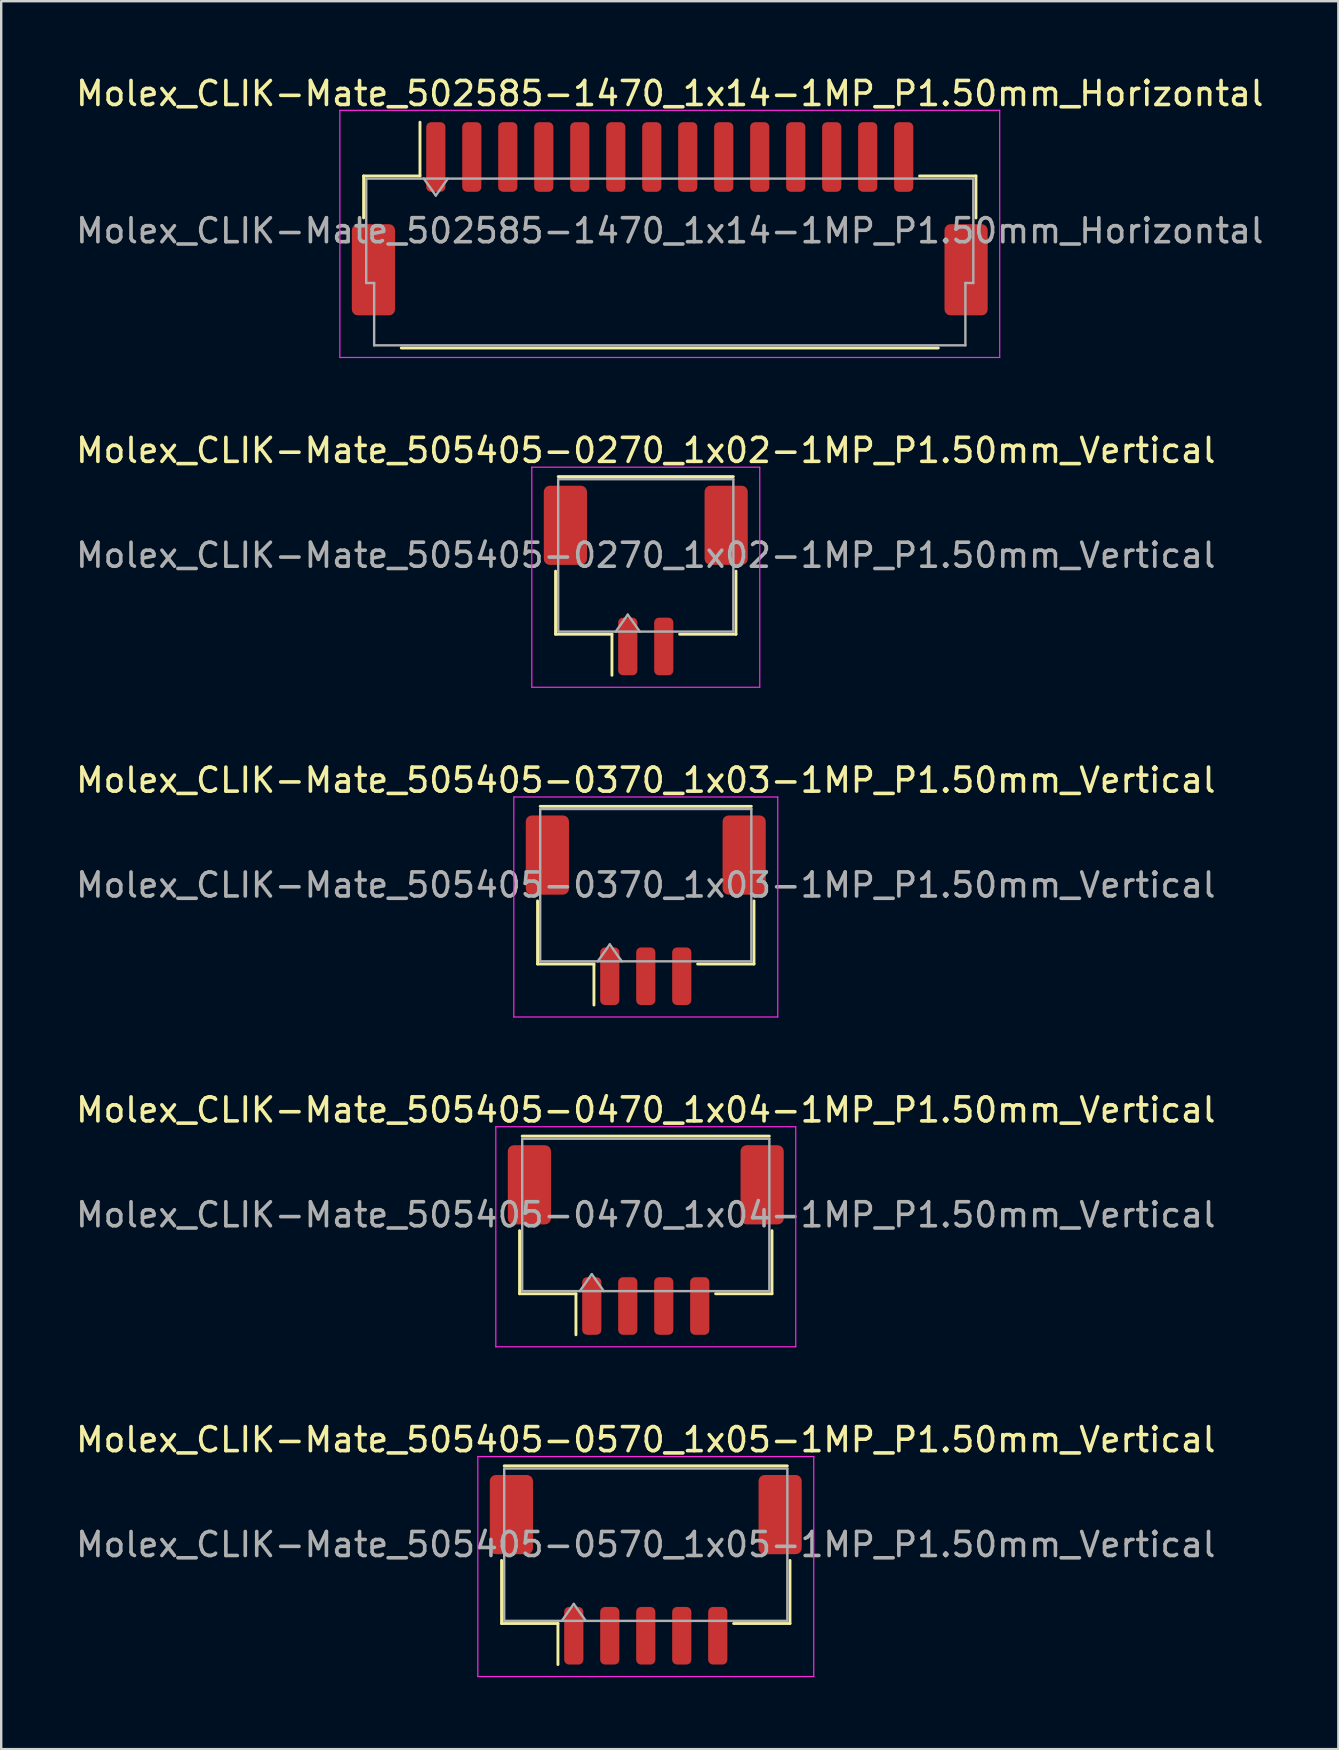
<source format=kicad_pcb>
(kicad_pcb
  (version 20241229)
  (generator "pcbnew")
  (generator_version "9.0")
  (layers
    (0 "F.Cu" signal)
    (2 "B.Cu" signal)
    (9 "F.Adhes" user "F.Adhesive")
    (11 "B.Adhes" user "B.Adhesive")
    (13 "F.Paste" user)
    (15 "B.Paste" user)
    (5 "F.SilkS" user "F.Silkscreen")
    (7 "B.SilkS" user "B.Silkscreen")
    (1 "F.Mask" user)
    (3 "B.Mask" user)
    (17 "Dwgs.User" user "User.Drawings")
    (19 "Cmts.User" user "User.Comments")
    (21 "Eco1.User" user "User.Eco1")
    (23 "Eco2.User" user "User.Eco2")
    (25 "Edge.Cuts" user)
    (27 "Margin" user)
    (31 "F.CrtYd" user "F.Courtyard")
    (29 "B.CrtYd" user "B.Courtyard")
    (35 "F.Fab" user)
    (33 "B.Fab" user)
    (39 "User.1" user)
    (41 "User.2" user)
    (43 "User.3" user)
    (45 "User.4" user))
  (footprint "Molex_CLIK-Mate_505405-0470_1x04-1MP_P1.50mm_Vertical"
    (layer "F.Cu")
    (at 23.863 48.628)
    (property "Reference" "Molex_CLIK-Mate_505405-0470_1x04-1MP_P1.50mm_Vertical" (at 0 -5.42 0) (layer "F.SilkS") (effects (font (size 1 1) (thickness 0.15))))
    (attr smd)
    (fp_line (start -5.26 -0.39) (end -5.26 2.24) (stroke (width 0.12) (type solid)) (layer "F.SilkS"))
    (fp_line (start -5.26 2.24) (end -2.91 2.24) (stroke (width 0.12) (type solid)) (layer "F.SilkS"))
    (fp_line (start -5.15 -4.33) (end 5.15 -4.33) (stroke (width 0.12) (type solid)) (layer "F.SilkS"))
    (fp_line (start -2.91 2.24) (end -2.91 3.95) (stroke (width 0.12) (type solid)) (layer "F.SilkS"))
    (fp_line (start 5.26 -0.39) (end 5.26 2.24) (stroke (width 0.12) (type solid)) (layer "F.SilkS"))
    (fp_line (start 5.26 2.24) (end 2.91 2.24) (stroke (width 0.12) (type solid)) (layer "F.SilkS"))
    (fp_line (start -6.25 -4.72) (end -6.25 4.45) (stroke (width 0.05) (type solid)) (layer "F.CrtYd"))
    (fp_line (start -6.25 4.45) (end 6.25 4.45) (stroke (width 0.05) (type solid)) (layer "F.CrtYd"))
    (fp_line (start 6.25 -4.72) (end -6.25 -4.72) (stroke (width 0.05) (type solid)) (layer "F.CrtYd"))
    (fp_line (start 6.25 4.45) (end 6.25 -4.72) (stroke (width 0.05) (type solid)) (layer "F.CrtYd"))
    (fp_line (start -5.15 -4.22) (end 5.15 -4.22) (stroke (width 0.1) (type solid)) (layer "F.Fab"))
    (fp_line (start -5.15 2.13) (end -5.15 -4.22) (stroke (width 0.1) (type solid)) (layer "F.Fab"))
    (fp_line (start -5.15 2.13) (end 5.15 2.13) (stroke (width 0.1) (type solid)) (layer "F.Fab"))
    (fp_line (start -2.75 2.13) (end -2.25 1.423) (stroke (width 0.1) (type solid)) (layer "F.Fab"))
    (fp_line (start -2.25 1.423) (end -1.75 2.13) (stroke (width 0.1) (type solid)) (layer "F.Fab"))
    (fp_line (start 5.15 2.13) (end 5.15 -4.22) (stroke (width 0.1) (type solid)) (layer "F.Fab"))
    (fp_text user "${REFERENCE}" (at 0 -1.05 0) (layer "F.Fab") (effects (font (size 1 1) (thickness 0.15))))
    (pad "1" smd roundrect (at -2.25 2.75) (size 0.8 2.4) (layers "F.Cu" "F.Mask" "F.Paste") (roundrect_rratio 0.25))
    (pad "2" smd roundrect (at -0.75 2.75) (size 0.8 2.4) (layers "F.Cu" "F.Mask" "F.Paste") (roundrect_rratio 0.25))
    (pad "3" smd roundrect (at 0.75 2.75) (size 0.8 2.4) (layers "F.Cu" "F.Mask" "F.Paste") (roundrect_rratio 0.25))
    (pad "4" smd roundrect (at 2.25 2.75) (size 0.8 2.4) (layers "F.Cu" "F.Mask" "F.Paste") (roundrect_rratio 0.25))
    (pad "MP" smd roundrect (at -4.85 -2.3) (size 1.8 3.3) (layers "F.Cu" "F.Mask" "F.Paste") (roundrect_rratio 0.139))
    (pad "MP" smd roundrect (at 4.85 -2.3) (size 1.8 3.3) (layers "F.Cu" "F.Mask" "F.Paste") (roundrect_rratio 0.139)))
  (footprint "Molex_CLIK-Mate_505405-0570_1x05-1MP_P1.50mm_Vertical"
    (layer "F.Cu")
    (at 23.863 62.371)
    (property "Reference" "Molex_CLIK-Mate_505405-0570_1x05-1MP_P1.50mm_Vertical" (at 0 -5.42 0) (layer "F.SilkS") (effects (font (size 1 1) (thickness 0.15))))
    (attr smd)
    (fp_line (start -6.01 -0.39) (end -6.01 2.24) (stroke (width 0.12) (type solid)) (layer "F.SilkS"))
    (fp_line (start -6.01 2.24) (end -3.66 2.24) (stroke (width 0.12) (type solid)) (layer "F.SilkS"))
    (fp_line (start -5.9 -4.33) (end 5.9 -4.33) (stroke (width 0.12) (type solid)) (layer "F.SilkS"))
    (fp_line (start -3.66 2.24) (end -3.66 3.95) (stroke (width 0.12) (type solid)) (layer "F.SilkS"))
    (fp_line (start 6.01 -0.39) (end 6.01 2.24) (stroke (width 0.12) (type solid)) (layer "F.SilkS"))
    (fp_line (start 6.01 2.24) (end 3.66 2.24) (stroke (width 0.12) (type solid)) (layer "F.SilkS"))
    (fp_line (start -7 -4.72) (end -7 4.45) (stroke (width 0.05) (type solid)) (layer "F.CrtYd"))
    (fp_line (start -7 4.45) (end 7 4.45) (stroke (width 0.05) (type solid)) (layer "F.CrtYd"))
    (fp_line (start 7 -4.72) (end -7 -4.72) (stroke (width 0.05) (type solid)) (layer "F.CrtYd"))
    (fp_line (start 7 4.45) (end 7 -4.72) (stroke (width 0.05) (type solid)) (layer "F.CrtYd"))
    (fp_line (start -5.9 -4.22) (end 5.9 -4.22) (stroke (width 0.1) (type solid)) (layer "F.Fab"))
    (fp_line (start -5.9 2.13) (end -5.9 -4.22) (stroke (width 0.1) (type solid)) (layer "F.Fab"))
    (fp_line (start -5.9 2.13) (end 5.9 2.13) (stroke (width 0.1) (type solid)) (layer "F.Fab"))
    (fp_line (start -3.5 2.13) (end -3 1.423) (stroke (width 0.1) (type solid)) (layer "F.Fab"))
    (fp_line (start -3 1.423) (end -2.5 2.13) (stroke (width 0.1) (type solid)) (layer "F.Fab"))
    (fp_line (start 5.9 2.13) (end 5.9 -4.22) (stroke (width 0.1) (type solid)) (layer "F.Fab"))
    (fp_text user "${REFERENCE}" (at 0 -1.05 0) (layer "F.Fab") (effects (font (size 1 1) (thickness 0.15))))
    (pad "1" smd roundrect (at -3 2.75) (size 0.8 2.4) (layers "F.Cu" "F.Mask" "F.Paste") (roundrect_rratio 0.25))
    (pad "2" smd roundrect (at -1.5 2.75) (size 0.8 2.4) (layers "F.Cu" "F.Mask" "F.Paste") (roundrect_rratio 0.25))
    (pad "3" smd roundrect (at 0 2.75) (size 0.8 2.4) (layers "F.Cu" "F.Mask" "F.Paste") (roundrect_rratio 0.25))
    (pad "4" smd roundrect (at 1.5 2.75) (size 0.8 2.4) (layers "F.Cu" "F.Mask" "F.Paste") (roundrect_rratio 0.25))
    (pad "5" smd roundrect (at 3 2.75) (size 0.8 2.4) (layers "F.Cu" "F.Mask" "F.Paste") (roundrect_rratio 0.25))
    (pad "MP" smd roundrect (at -5.6 -2.3) (size 1.8 3.3) (layers "F.Cu" "F.Mask" "F.Paste") (roundrect_rratio 0.139))
    (pad "MP" smd roundrect (at 5.6 -2.3) (size 1.8 3.3) (layers "F.Cu" "F.Mask" "F.Paste") (roundrect_rratio 0.139)))
  (footprint "Molex_CLIK-Mate_502585-1470_1x14-1MP_P1.50mm_Horizontal"
    (layer "F.Cu")
    (at 24.863 6.068)
    (property "Reference" "Molex_CLIK-Mate_502585-1470_1x14-1MP_P1.50mm_Horizontal" (at 0 -5.22 0) (layer "F.SilkS") (effects (font (size 1 1) (thickness 0.15))))
    (attr smd)
    (fp_line (start -12.76 -1.785) (end -10.41 -1.785) (stroke (width 0.12) (type solid)) (layer "F.SilkS"))
    (fp_line (start -12.76 -0.035) (end -12.76 -1.785) (stroke (width 0.12) (type solid)) (layer "F.SilkS"))
    (fp_line (start -11.19 5.385) (end 11.19 5.385) (stroke (width 0.12) (type solid)) (layer "F.SilkS"))
    (fp_line (start -10.41 -1.785) (end -10.41 -4.025) (stroke (width 0.12) (type solid)) (layer "F.SilkS"))
    (fp_line (start 12.76 -1.785) (end 10.41 -1.785) (stroke (width 0.12) (type solid)) (layer "F.SilkS"))
    (fp_line (start 12.76 -0.035) (end 12.76 -1.785) (stroke (width 0.12) (type solid)) (layer "F.SilkS"))
    (fp_line (start -13.75 -4.52) (end -13.75 5.78) (stroke (width 0.05) (type solid)) (layer "F.CrtYd"))
    (fp_line (start -13.75 5.78) (end 13.75 5.78) (stroke (width 0.05) (type solid)) (layer "F.CrtYd"))
    (fp_line (start 13.75 -4.52) (end -13.75 -4.52) (stroke (width 0.05) (type solid)) (layer "F.CrtYd"))
    (fp_line (start 13.75 5.78) (end 13.75 -4.52) (stroke (width 0.05) (type solid)) (layer "F.CrtYd"))
    (fp_line (start -12.65 -1.675) (end -12.65 2.675) (stroke (width 0.1) (type solid)) (layer "F.Fab"))
    (fp_line (start -12.65 -1.675) (end 12.65 -1.675) (stroke (width 0.1) (type solid)) (layer "F.Fab"))
    (fp_line (start -12.65 2.675) (end -12.32 2.675) (stroke (width 0.1) (type solid)) (layer "F.Fab"))
    (fp_line (start -12.32 2.675) (end -12.32 5.275) (stroke (width 0.1) (type solid)) (layer "F.Fab"))
    (fp_line (start -12.32 5.275) (end 12.32 5.275) (stroke (width 0.1) (type solid)) (layer "F.Fab"))
    (fp_line (start -10.25 -1.675) (end -9.75 -0.968) (stroke (width 0.1) (type solid)) (layer "F.Fab"))
    (fp_line (start -9.75 -0.968) (end -9.25 -1.675) (stroke (width 0.1) (type solid)) (layer "F.Fab"))
    (fp_line (start 12.32 2.675) (end 12.65 2.675) (stroke (width 0.1) (type solid)) (layer "F.Fab"))
    (fp_line (start 12.32 5.275) (end 12.32 2.675) (stroke (width 0.1) (type solid)) (layer "F.Fab"))
    (fp_line (start 12.65 -1.675) (end 12.65 2.675) (stroke (width 0.1) (type solid)) (layer "F.Fab"))
    (fp_text user "${REFERENCE}" (at 0 0.5 0) (layer "F.Fab") (effects (font (size 1 1) (thickness 0.15))))
    (pad "1" smd roundrect (at -9.75 -2.575) (size 0.8 2.9) (layers "F.Cu" "F.Mask" "F.Paste") (roundrect_rratio 0.25))
    (pad "2" smd roundrect (at -8.25 -2.575) (size 0.8 2.9) (layers "F.Cu" "F.Mask" "F.Paste") (roundrect_rratio 0.25))
    (pad "3" smd roundrect (at -6.75 -2.575) (size 0.8 2.9) (layers "F.Cu" "F.Mask" "F.Paste") (roundrect_rratio 0.25))
    (pad "4" smd roundrect (at -5.25 -2.575) (size 0.8 2.9) (layers "F.Cu" "F.Mask" "F.Paste") (roundrect_rratio 0.25))
    (pad "5" smd roundrect (at -3.75 -2.575) (size 0.8 2.9) (layers "F.Cu" "F.Mask" "F.Paste") (roundrect_rratio 0.25))
    (pad "6" smd roundrect (at -2.25 -2.575) (size 0.8 2.9) (layers "F.Cu" "F.Mask" "F.Paste") (roundrect_rratio 0.25))
    (pad "7" smd roundrect (at -0.75 -2.575) (size 0.8 2.9) (layers "F.Cu" "F.Mask" "F.Paste") (roundrect_rratio 0.25))
    (pad "8" smd roundrect (at 0.75 -2.575) (size 0.8 2.9) (layers "F.Cu" "F.Mask" "F.Paste") (roundrect_rratio 0.25))
    (pad "9" smd roundrect (at 2.25 -2.575) (size 0.8 2.9) (layers "F.Cu" "F.Mask" "F.Paste") (roundrect_rratio 0.25))
    (pad "10" smd roundrect (at 3.75 -2.575) (size 0.8 2.9) (layers "F.Cu" "F.Mask" "F.Paste") (roundrect_rratio 0.25))
    (pad "11" smd roundrect (at 5.25 -2.575) (size 0.8 2.9) (layers "F.Cu" "F.Mask" "F.Paste") (roundrect_rratio 0.25))
    (pad "12" smd roundrect (at 6.75 -2.575) (size 0.8 2.9) (layers "F.Cu" "F.Mask" "F.Paste") (roundrect_rratio 0.25))
    (pad "13" smd roundrect (at 8.25 -2.575) (size 0.8 2.9) (layers "F.Cu" "F.Mask" "F.Paste") (roundrect_rratio 0.25))
    (pad "14" smd roundrect (at 9.75 -2.575) (size 0.8 2.9) (layers "F.Cu" "F.Mask" "F.Paste") (roundrect_rratio 0.25))
    (pad "MP" smd roundrect (at -12.35 2.125) (size 1.8 3.8) (layers "F.Cu" "F.Mask" "F.Paste") (roundrect_rratio 0.139))
    (pad "MP" smd roundrect (at 12.35 2.125) (size 1.8 3.8) (layers "F.Cu" "F.Mask" "F.Paste") (roundrect_rratio 0.139)))
  (footprint "Molex_CLIK-Mate_505405-0270_1x02-1MP_P1.50mm_Vertical"
    (layer "F.Cu")
    (at 23.863 21.142)
    (property "Reference" "Molex_CLIK-Mate_505405-0270_1x02-1MP_P1.50mm_Vertical" (at 0 -5.42 0) (layer "F.SilkS") (effects (font (size 1 1) (thickness 0.15))))
    (attr smd)
    (fp_line (start -3.76 -0.39) (end -3.76 2.24) (stroke (width 0.12) (type solid)) (layer "F.SilkS"))
    (fp_line (start -3.76 2.24) (end -1.41 2.24) (stroke (width 0.12) (type solid)) (layer "F.SilkS"))
    (fp_line (start -3.65 -4.33) (end 3.65 -4.33) (stroke (width 0.12) (type solid)) (layer "F.SilkS"))
    (fp_line (start -1.41 2.24) (end -1.41 3.95) (stroke (width 0.12) (type solid)) (layer "F.SilkS"))
    (fp_line (start 3.76 -0.39) (end 3.76 2.24) (stroke (width 0.12) (type solid)) (layer "F.SilkS"))
    (fp_line (start 3.76 2.24) (end 1.41 2.24) (stroke (width 0.12) (type solid)) (layer "F.SilkS"))
    (fp_line (start -4.75 -4.72) (end -4.75 4.45) (stroke (width 0.05) (type solid)) (layer "F.CrtYd"))
    (fp_line (start -4.75 4.45) (end 4.75 4.45) (stroke (width 0.05) (type solid)) (layer "F.CrtYd"))
    (fp_line (start 4.75 -4.72) (end -4.75 -4.72) (stroke (width 0.05) (type solid)) (layer "F.CrtYd"))
    (fp_line (start 4.75 4.45) (end 4.75 -4.72) (stroke (width 0.05) (type solid)) (layer "F.CrtYd"))
    (fp_line (start -3.65 -4.22) (end 3.65 -4.22) (stroke (width 0.1) (type solid)) (layer "F.Fab"))
    (fp_line (start -3.65 2.13) (end -3.65 -4.22) (stroke (width 0.1) (type solid)) (layer "F.Fab"))
    (fp_line (start -3.65 2.13) (end 3.65 2.13) (stroke (width 0.1) (type solid)) (layer "F.Fab"))
    (fp_line (start -1.25 2.13) (end -0.75 1.423) (stroke (width 0.1) (type solid)) (layer "F.Fab"))
    (fp_line (start -0.75 1.423) (end -0.25 2.13) (stroke (width 0.1) (type solid)) (layer "F.Fab"))
    (fp_line (start 3.65 2.13) (end 3.65 -4.22) (stroke (width 0.1) (type solid)) (layer "F.Fab"))
    (fp_text user "${REFERENCE}" (at 0 -1.05 0) (layer "F.Fab") (effects (font (size 1 1) (thickness 0.15))))
    (pad "1" smd roundrect (at -0.75 2.75) (size 0.8 2.4) (layers "F.Cu" "F.Mask" "F.Paste") (roundrect_rratio 0.25))
    (pad "2" smd roundrect (at 0.75 2.75) (size 0.8 2.4) (layers "F.Cu" "F.Mask" "F.Paste") (roundrect_rratio 0.25))
    (pad "MP" smd roundrect (at -3.35 -2.3) (size 1.8 3.3) (layers "F.Cu" "F.Mask" "F.Paste") (roundrect_rratio 0.139))
    (pad "MP" smd roundrect (at 3.35 -2.3) (size 1.8 3.3) (layers "F.Cu" "F.Mask" "F.Paste") (roundrect_rratio 0.139)))
  (footprint "Molex_CLIK-Mate_505405-0370_1x03-1MP_P1.50mm_Vertical"
    (layer "F.Cu")
    (at 23.863 34.885)
    (property "Reference" "Molex_CLIK-Mate_505405-0370_1x03-1MP_P1.50mm_Vertical" (at 0 -5.42 0) (layer "F.SilkS") (effects (font (size 1 1) (thickness 0.15))))
    (attr smd)
    (fp_line (start -4.51 -0.39) (end -4.51 2.24) (stroke (width 0.12) (type solid)) (layer "F.SilkS"))
    (fp_line (start -4.51 2.24) (end -2.16 2.24) (stroke (width 0.12) (type solid)) (layer "F.SilkS"))
    (fp_line (start -4.4 -4.33) (end 4.4 -4.33) (stroke (width 0.12) (type solid)) (layer "F.SilkS"))
    (fp_line (start -2.16 2.24) (end -2.16 3.95) (stroke (width 0.12) (type solid)) (layer "F.SilkS"))
    (fp_line (start 4.51 -0.39) (end 4.51 2.24) (stroke (width 0.12) (type solid)) (layer "F.SilkS"))
    (fp_line (start 4.51 2.24) (end 2.16 2.24) (stroke (width 0.12) (type solid)) (layer "F.SilkS"))
    (fp_line (start -5.5 -4.72) (end -5.5 4.45) (stroke (width 0.05) (type solid)) (layer "F.CrtYd"))
    (fp_line (start -5.5 4.45) (end 5.5 4.45) (stroke (width 0.05) (type solid)) (layer "F.CrtYd"))
    (fp_line (start 5.5 -4.72) (end -5.5 -4.72) (stroke (width 0.05) (type solid)) (layer "F.CrtYd"))
    (fp_line (start 5.5 4.45) (end 5.5 -4.72) (stroke (width 0.05) (type solid)) (layer "F.CrtYd"))
    (fp_line (start -4.4 -4.22) (end 4.4 -4.22) (stroke (width 0.1) (type solid)) (layer "F.Fab"))
    (fp_line (start -4.4 2.13) (end -4.4 -4.22) (stroke (width 0.1) (type solid)) (layer "F.Fab"))
    (fp_line (start -4.4 2.13) (end 4.4 2.13) (stroke (width 0.1) (type solid)) (layer "F.Fab"))
    (fp_line (start -2 2.13) (end -1.5 1.423) (stroke (width 0.1) (type solid)) (layer "F.Fab"))
    (fp_line (start -1.5 1.423) (end -1 2.13) (stroke (width 0.1) (type solid)) (layer "F.Fab"))
    (fp_line (start 4.4 2.13) (end 4.4 -4.22) (stroke (width 0.1) (type solid)) (layer "F.Fab"))
    (fp_text user "${REFERENCE}" (at 0 -1.05 0) (layer "F.Fab") (effects (font (size 1 1) (thickness 0.15))))
    (pad "1" smd roundrect (at -1.5 2.75) (size 0.8 2.4) (layers "F.Cu" "F.Mask" "F.Paste") (roundrect_rratio 0.25))
    (pad "2" smd roundrect (at 0 2.75) (size 0.8 2.4) (layers "F.Cu" "F.Mask" "F.Paste") (roundrect_rratio 0.25))
    (pad "3" smd roundrect (at 1.5 2.75) (size 0.8 2.4) (layers "F.Cu" "F.Mask" "F.Paste") (roundrect_rratio 0.25))
    (pad "MP" smd roundrect (at -4.1 -2.3) (size 1.8 3.3) (layers "F.Cu" "F.Mask" "F.Paste") (roundrect_rratio 0.139))
    (pad "MP" smd roundrect (at 4.1 -2.3) (size 1.8 3.3) (layers "F.Cu" "F.Mask" "F.Paste") (roundrect_rratio 0.139)))
  (gr_rect
    (start -3 -3)
    (end 52.726 69.846)
    (stroke (width 0.1) (type default))
    (fill no)
    (layer "Edge.Cuts")))
</source>
